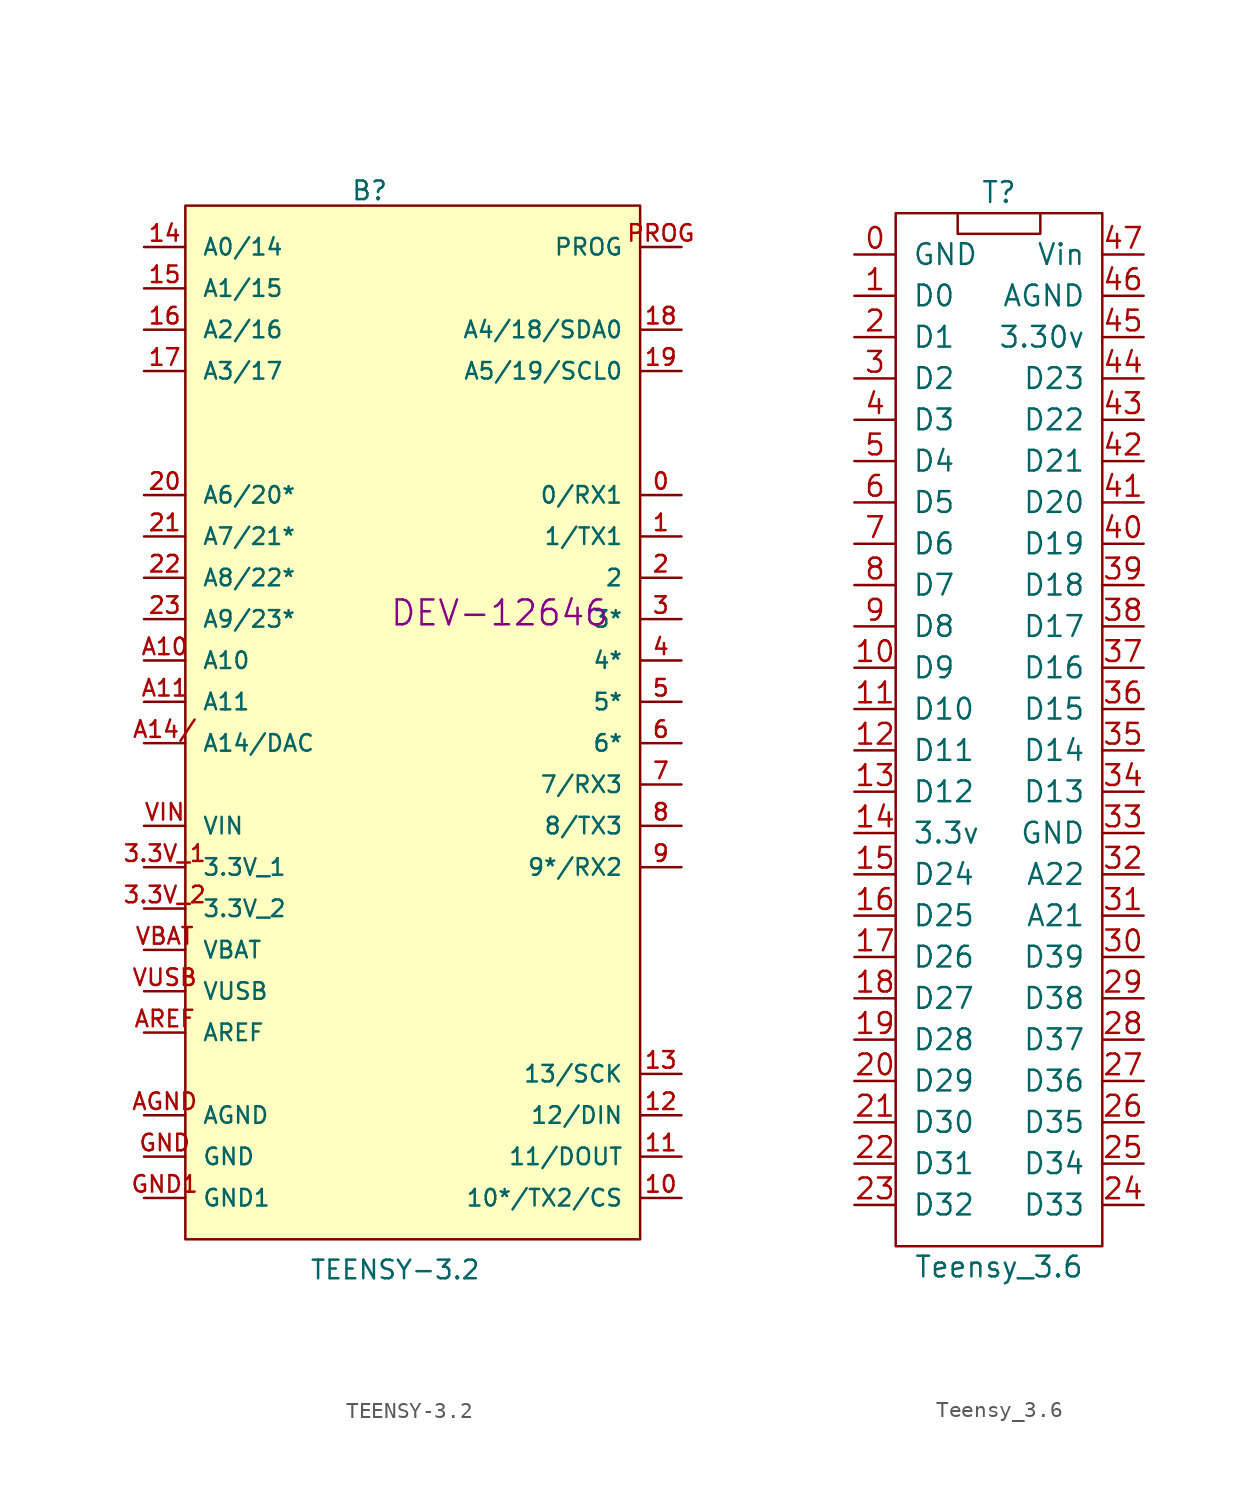
<source format=kicad_sym>
(kicad_symbol_lib
  (version 20211014)
  (generator kicad_symbol_editor)
  (symbol "TEENSY-3.2"
    (pin_names
      (offset 1.016))
    (property "Reference" "B"
      (at -5.08 30.734 0)
      (effects (font (size 1.143 1.143)) (justify left bottom)))
    (property "Value" "TEENSY-3.2"
      (at -7.62 -35.56 0)
      (effects (font (size 1.143 1.143)) (justify left bottom)))
    (property "Field4" "DEV-12646"
      (at 4.064 5.461 0)
      (effects (font (size 1.524 1.524))))
    (symbol "TEENSY-3.2_1_1"
      (polyline (pts (xy -15.24 -33.02) (xy -15.24 30.48) (xy 12.7 30.48) (xy 12.7 -33.02) (xy -15.24 -33.02)) (stroke (width 0) (type default) (color 0 0 0 0)) (fill (type background)))
      (pin bidirectional line (at 15.24 12.7 180) (length 2.54) (name "0/RX1" (effects (font (size 1.016 1.016)))) (number "0" (effects (font (size 1.016 1.016)))))
      (pin bidirectional line (at 15.24 10.16 180) (length 2.54) (name "1/TX1" (effects (font (size 1.016 1.016)))) (number "1" (effects (font (size 1.016 1.016)))))
      (pin bidirectional line (at 15.24 -30.48 180) (length 2.54) (name "10*/TX2/CS" (effects (font (size 1.016 1.016)))) (number "10" (effects (font (size 1.016 1.016)))))
      (pin bidirectional line (at 15.24 -27.94 180) (length 2.54) (name "11/DOUT" (effects (font (size 1.016 1.016)))) (number "11" (effects (font (size 1.016 1.016)))))
      (pin bidirectional line (at 15.24 -25.4 180) (length 2.54) (name "12/DIN" (effects (font (size 1.016 1.016)))) (number "12" (effects (font (size 1.016 1.016)))))
      (pin bidirectional line (at 15.24 -22.86 180) (length 2.54) (name "13/SCK" (effects (font (size 1.016 1.016)))) (number "13" (effects (font (size 1.016 1.016)))))
      (pin bidirectional line (at -17.78 27.94 0) (length 2.54) (name "A0/14" (effects (font (size 1.016 1.016)))) (number "14" (effects (font (size 1.016 1.016)))))
      (pin bidirectional line (at -17.78 25.4 0) (length 2.54) (name "A1/15" (effects (font (size 1.016 1.016)))) (number "15" (effects (font (size 1.016 1.016)))))
      (pin bidirectional line (at -17.78 22.86 0) (length 2.54) (name "A2/16" (effects (font (size 1.016 1.016)))) (number "16" (effects (font (size 1.016 1.016)))))
      (pin bidirectional line (at -17.78 20.32 0) (length 2.54) (name "A3/17" (effects (font (size 1.016 1.016)))) (number "17" (effects (font (size 1.016 1.016)))))
      (pin bidirectional line (at 15.24 22.86 180) (length 2.54) (name "A4/18/SDA0" (effects (font (size 1.016 1.016)))) (number "18" (effects (font (size 1.016 1.016)))))
      (pin bidirectional line (at 15.24 20.32 180) (length 2.54) (name "A5/19/SCL0" (effects (font (size 1.016 1.016)))) (number "19" (effects (font (size 1.016 1.016)))))
      (pin bidirectional line (at 15.24 7.62 180) (length 2.54) (name "2" (effects (font (size 1.016 1.016)))) (number "2" (effects (font (size 1.016 1.016)))))
      (pin bidirectional line (at -17.78 12.7 0) (length 2.54) (name "A6/20*" (effects (font (size 1.016 1.016)))) (number "20" (effects (font (size 1.016 1.016)))))
      (pin bidirectional line (at -17.78 10.16 0) (length 2.54) (name "A7/21*" (effects (font (size 1.016 1.016)))) (number "21" (effects (font (size 1.016 1.016)))))
      (pin bidirectional line (at -17.78 7.62 0) (length 2.54) (name "A8/22*" (effects (font (size 1.016 1.016)))) (number "22" (effects (font (size 1.016 1.016)))))
      (pin bidirectional line (at -17.78 5.08 0) (length 2.54) (name "A9/23*" (effects (font (size 1.016 1.016)))) (number "23" (effects (font (size 1.016 1.016)))))
      (pin bidirectional line (at 15.24 5.08 180) (length 2.54) (name "3*" (effects (font (size 1.016 1.016)))) (number "3" (effects (font (size 1.016 1.016)))))
      (pin power_in line (at -17.78 -10.16 0) (length 2.54) (name "3.3V_1" (effects (font (size 1.016 1.016)))) (number "3.3V_1" (effects (font (size 1.016 1.016)))))
      (pin power_in line (at -17.78 -12.7 0) (length 2.54) (name "3.3V_2" (effects (font (size 1.016 1.016)))) (number "3.3V_2" (effects (font (size 1.016 1.016)))))
      (pin bidirectional line (at 15.24 2.54 180) (length 2.54) (name "4*" (effects (font (size 1.016 1.016)))) (number "4" (effects (font (size 1.016 1.016)))))
      (pin bidirectional line (at 15.24 0 180) (length 2.54) (name "5*" (effects (font (size 1.016 1.016)))) (number "5" (effects (font (size 1.016 1.016)))))
      (pin bidirectional line (at 15.24 -2.54 180) (length 2.54) (name "6*" (effects (font (size 1.016 1.016)))) (number "6" (effects (font (size 1.016 1.016)))))
      (pin bidirectional line (at 15.24 -5.08 180) (length 2.54) (name "7/RX3" (effects (font (size 1.016 1.016)))) (number "7" (effects (font (size 1.016 1.016)))))
      (pin bidirectional line (at 15.24 -7.62 180) (length 2.54) (name "8/TX3" (effects (font (size 1.016 1.016)))) (number "8" (effects (font (size 1.016 1.016)))))
      (pin bidirectional line (at 15.24 -10.16 180) (length 2.54) (name "9*/RX2" (effects (font (size 1.016 1.016)))) (number "9" (effects (font (size 1.016 1.016)))))
      (pin bidirectional line (at -17.78 2.54 0) (length 2.54) (name "A10" (effects (font (size 1.016 1.016)))) (number "A10" (effects (font (size 1.016 1.016)))))
      (pin bidirectional line (at -17.78 0 0) (length 2.54) (name "A11" (effects (font (size 1.016 1.016)))) (number "A11" (effects (font (size 1.016 1.016)))))
      (pin bidirectional line (at -17.78 -2.54 0) (length 2.54) (name "A14/DAC" (effects (font (size 1.016 1.016)))) (number "A14/" (effects (font (size 1.016 1.016)))))
      (pin power_in line (at -17.78 -25.4 0) (length 2.54) (name "AGND" (effects (font (size 1.016 1.016)))) (number "AGND" (effects (font (size 1.016 1.016)))))
      (pin bidirectional line (at -17.78 -20.32 0) (length 2.54) (name "AREF" (effects (font (size 1.016 1.016)))) (number "AREF" (effects (font (size 1.016 1.016)))))
      (pin power_in line (at -17.78 -27.94 0) (length 2.54) (name "GND" (effects (font (size 1.016 1.016)))) (number "GND" (effects (font (size 1.016 1.016)))))
      (pin power_in line (at -17.78 -30.48 0) (length 2.54) (name "GND1" (effects (font (size 1.016 1.016)))) (number "GND1" (effects (font (size 1.016 1.016)))))
      (pin bidirectional line (at 15.24 27.94 180) (length 2.54) (name "PROG" (effects (font (size 1.016 1.016)))) (number "PROG" (effects (font (size 1.016 1.016)))))
      (pin power_in line (at -17.78 -15.24 0) (length 2.54) (name "VBAT" (effects (font (size 1.016 1.016)))) (number "VBAT" (effects (font (size 1.016 1.016)))))
      (pin power_in line (at -17.78 -7.62 0) (length 2.54) (name "VIN" (effects (font (size 1.016 1.016)))) (number "VIN" (effects (font (size 1.016 1.016)))))
      (pin power_in line (at -17.78 -17.78 0) (length 2.54) (name "VUSB" (effects (font (size 1.016 1.016)))) (number "VUSB" (effects (font (size 1.016 1.016)))))))
  (symbol "Teensy_3.6"
    (pin_names
      (offset 1.016))
    (property "Reference" "T"
      (at 0 34.29 0)
      (effects (font (size 1.27 1.27))))
    (property "Value" "Teensy_3.6"
      (at 0 -31.75 0)
      (effects (font (size 1.27 1.27))))
    (symbol "Teensy_3.6_0_1"
      (rectangle (start -6.35 33.02) (end 6.35 -30.48) (stroke (width 0) (type default) (color 0 0 0 0)) (fill (type none)))
      (polyline (pts (xy -2.54 33.02) (xy -2.54 31.75) (xy 2.54 31.75) (xy 2.54 33.02)) (stroke (width 0) (type default) (color 0 0 0 0)) (fill (type none))))
    (symbol "Teensy_3.6_1_1"
      (pin input line (at -8.89 30.48 0) (length 2.54) (name "GND" (effects (font (size 1.27 1.27)))) (number "0" (effects (font (size 1.27 1.27)))))
      (pin input line (at -8.89 27.94 0) (length 2.54) (name "D0" (effects (font (size 1.27 1.27)))) (number "1" (effects (font (size 1.27 1.27)))))
      (pin input line (at -8.89 5.08 0) (length 2.54) (name "D9" (effects (font (size 1.27 1.27)))) (number "10" (effects (font (size 1.27 1.27)))))
      (pin input line (at -8.89 2.54 0) (length 2.54) (name "D10" (effects (font (size 1.27 1.27)))) (number "11" (effects (font (size 1.27 1.27)))))
      (pin input line (at -8.89 0 0) (length 2.54) (name "D11" (effects (font (size 1.27 1.27)))) (number "12" (effects (font (size 1.27 1.27)))))
      (pin input line (at -8.89 -2.54 0) (length 2.54) (name "D12" (effects (font (size 1.27 1.27)))) (number "13" (effects (font (size 1.27 1.27)))))
      (pin input line (at -8.89 -5.08 0) (length 2.54) (name "3.3v" (effects (font (size 1.27 1.27)))) (number "14" (effects (font (size 1.27 1.27)))))
      (pin input line (at -8.89 -7.62 0) (length 2.54) (name "D24" (effects (font (size 1.27 1.27)))) (number "15" (effects (font (size 1.27 1.27)))))
      (pin input line (at -8.89 -10.16 0) (length 2.54) (name "D25" (effects (font (size 1.27 1.27)))) (number "16" (effects (font (size 1.27 1.27)))))
      (pin input line (at -8.89 -12.7 0) (length 2.54) (name "D26" (effects (font (size 1.27 1.27)))) (number "17" (effects (font (size 1.27 1.27)))))
      (pin input line (at -8.89 -15.24 0) (length 2.54) (name "D27" (effects (font (size 1.27 1.27)))) (number "18" (effects (font (size 1.27 1.27)))))
      (pin input line (at -8.89 -17.78 0) (length 2.54) (name "D28" (effects (font (size 1.27 1.27)))) (number "19" (effects (font (size 1.27 1.27)))))
      (pin input line (at -8.89 25.4 0) (length 2.54) (name "D1" (effects (font (size 1.27 1.27)))) (number "2" (effects (font (size 1.27 1.27)))))
      (pin input line (at -8.89 -20.32 0) (length 2.54) (name "D29" (effects (font (size 1.27 1.27)))) (number "20" (effects (font (size 1.27 1.27)))))
      (pin input line (at -8.89 -22.86 0) (length 2.54) (name "D30" (effects (font (size 1.27 1.27)))) (number "21" (effects (font (size 1.27 1.27)))))
      (pin input line (at -8.89 -25.4 0) (length 2.54) (name "D31" (effects (font (size 1.27 1.27)))) (number "22" (effects (font (size 1.27 1.27)))))
      (pin input line (at -8.89 -27.94 0) (length 2.54) (name "D32" (effects (font (size 1.27 1.27)))) (number "23" (effects (font (size 1.27 1.27)))))
      (pin input line (at 8.89 -27.94 180) (length 2.54) (name "D33" (effects (font (size 1.27 1.27)))) (number "24" (effects (font (size 1.27 1.27)))))
      (pin input line (at 8.89 -25.4 180) (length 2.54) (name "D34" (effects (font (size 1.27 1.27)))) (number "25" (effects (font (size 1.27 1.27)))))
      (pin input line (at 8.89 -22.86 180) (length 2.54) (name "D35" (effects (font (size 1.27 1.27)))) (number "26" (effects (font (size 1.27 1.27)))))
      (pin input line (at 8.89 -20.32 180) (length 2.54) (name "D36" (effects (font (size 1.27 1.27)))) (number "27" (effects (font (size 1.27 1.27)))))
      (pin input line (at 8.89 -17.78 180) (length 2.54) (name "D37" (effects (font (size 1.27 1.27)))) (number "28" (effects (font (size 1.27 1.27)))))
      (pin input line (at 8.89 -15.24 180) (length 2.54) (name "D38" (effects (font (size 1.27 1.27)))) (number "29" (effects (font (size 1.27 1.27)))))
      (pin input line (at -8.89 22.86 0) (length 2.54) (name "D2" (effects (font (size 1.27 1.27)))) (number "3" (effects (font (size 1.27 1.27)))))
      (pin input line (at 8.89 -12.7 180) (length 2.54) (name "D39" (effects (font (size 1.27 1.27)))) (number "30" (effects (font (size 1.27 1.27)))))
      (pin input line (at 8.89 -10.16 180) (length 2.54) (name "A21" (effects (font (size 1.27 1.27)))) (number "31" (effects (font (size 1.27 1.27)))))
      (pin input line (at 8.89 -7.62 180) (length 2.54) (name "A22" (effects (font (size 1.27 1.27)))) (number "32" (effects (font (size 1.27 1.27)))))
      (pin input line (at 8.89 -5.08 180) (length 2.54) (name "GND" (effects (font (size 1.27 1.27)))) (number "33" (effects (font (size 1.27 1.27)))))
      (pin input line (at 8.89 -2.54 180) (length 2.54) (name "D13" (effects (font (size 1.27 1.27)))) (number "34" (effects (font (size 1.27 1.27)))))
      (pin input line (at 8.89 0 180) (length 2.54) (name "D14" (effects (font (size 1.27 1.27)))) (number "35" (effects (font (size 1.27 1.27)))))
      (pin input line (at 8.89 2.54 180) (length 2.54) (name "D15" (effects (font (size 1.27 1.27)))) (number "36" (effects (font (size 1.27 1.27)))))
      (pin input line (at 8.89 5.08 180) (length 2.54) (name "D16" (effects (font (size 1.27 1.27)))) (number "37" (effects (font (size 1.27 1.27)))))
      (pin input line (at 8.89 7.62 180) (length 2.54) (name "D17" (effects (font (size 1.27 1.27)))) (number "38" (effects (font (size 1.27 1.27)))))
      (pin input line (at 8.89 10.16 180) (length 2.54) (name "D18" (effects (font (size 1.27 1.27)))) (number "39" (effects (font (size 1.27 1.27)))))
      (pin input line (at -8.89 20.32 0) (length 2.54) (name "D3" (effects (font (size 1.27 1.27)))) (number "4" (effects (font (size 1.27 1.27)))))
      (pin input line (at 8.89 12.7 180) (length 2.54) (name "D19" (effects (font (size 1.27 1.27)))) (number "40" (effects (font (size 1.27 1.27)))))
      (pin input line (at 8.89 15.24 180) (length 2.54) (name "D20" (effects (font (size 1.27 1.27)))) (number "41" (effects (font (size 1.27 1.27)))))
      (pin input line (at 8.89 17.78 180) (length 2.54) (name "D21" (effects (font (size 1.27 1.27)))) (number "42" (effects (font (size 1.27 1.27)))))
      (pin input line (at 8.89 20.32 180) (length 2.54) (name "D22" (effects (font (size 1.27 1.27)))) (number "43" (effects (font (size 1.27 1.27)))))
      (pin input line (at 8.89 22.86 180) (length 2.54) (name "D23" (effects (font (size 1.27 1.27)))) (number "44" (effects (font (size 1.27 1.27)))))
      (pin input line (at 8.89 25.4 180) (length 2.54) (name "3.30v" (effects (font (size 1.27 1.27)))) (number "45" (effects (font (size 1.27 1.27)))))
      (pin input line (at 8.89 27.94 180) (length 2.54) (name "AGND" (effects (font (size 1.27 1.27)))) (number "46" (effects (font (size 1.27 1.27)))))
      (pin input line (at 8.89 30.48 180) (length 2.54) (name "Vin" (effects (font (size 1.27 1.27)))) (number "47" (effects (font (size 1.27 1.27)))))
      (pin input line (at -8.89 17.78 0) (length 2.54) (name "D4" (effects (font (size 1.27 1.27)))) (number "5" (effects (font (size 1.27 1.27)))))
      (pin input line (at -8.89 15.24 0) (length 2.54) (name "D5" (effects (font (size 1.27 1.27)))) (number "6" (effects (font (size 1.27 1.27)))))
      (pin input line (at -8.89 12.7 0) (length 2.54) (name "D6" (effects (font (size 1.27 1.27)))) (number "7" (effects (font (size 1.27 1.27)))))
      (pin input line (at -8.89 10.16 0) (length 2.54) (name "D7" (effects (font (size 1.27 1.27)))) (number "8" (effects (font (size 1.27 1.27)))))
      (pin input line (at -8.89 7.62 0) (length 2.54) (name "D8" (effects (font (size 1.27 1.27)))) (number "9" (effects (font (size 1.27 1.27))))))))
</source>
